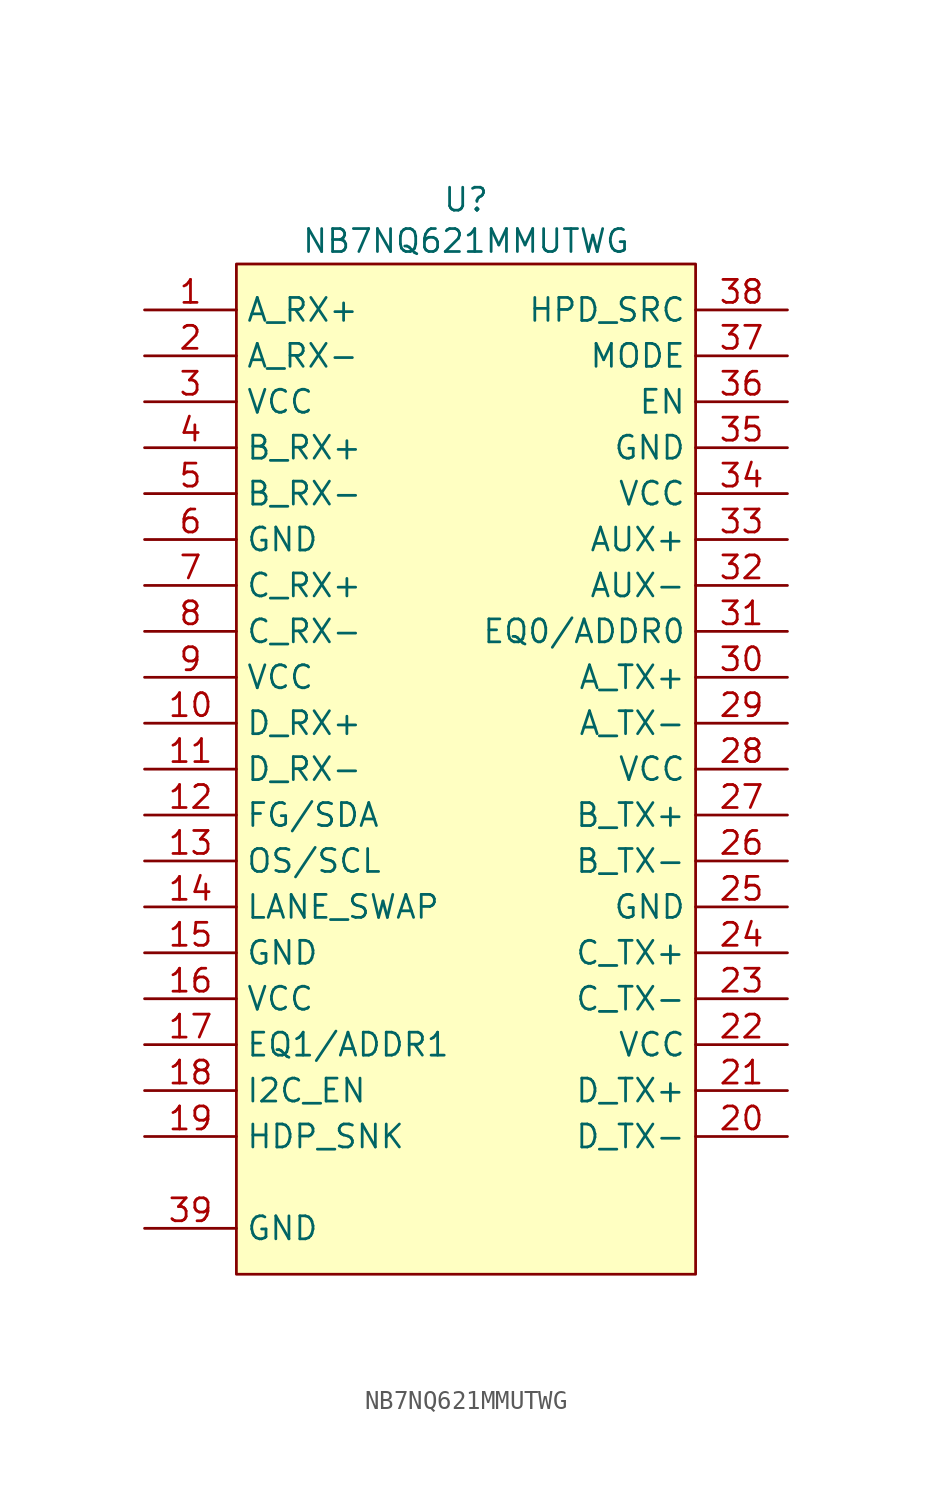
<source format=kicad_sym>
(kicad_symbol_lib
  (version 20241209)
  (generator "kicad_symbol_editor")
  (generator_version "9.0")
  (symbol "NB7NQ621MMUTWG"
    (property "Reference" "U"
      (at 0 31.496 0)
      (effects (font (size 1.27 1.27))))
    (property "Value" "NB7NQ621MMUTWG"
      (at 0 29.21 0)
      (effects (font (size 1.27 1.27))))
    (symbol "NB7NQ621MMUTWG_0_0"
      (pin input line (at -17.78 25.4 0) (length 5.08) (name "A_RX+" (effects (font (size 1.27 1.27)))) (number "1" (effects (font (size 1.27 1.27)))))
      (pin input line (at -17.78 22.86 0) (length 5.08) (name "A_RX-" (effects (font (size 1.27 1.27)))) (number "2" (effects (font (size 1.27 1.27)))))
      (pin power_in line (at -17.78 20.32 0) (length 5.08) (name "VCC" (effects (font (size 1.27 1.27)))) (number "3" (effects (font (size 1.27 1.27)))))
      (pin input line (at -17.78 17.78 0) (length 5.08) (name "B_RX+" (effects (font (size 1.27 1.27)))) (number "4" (effects (font (size 1.27 1.27)))))
      (pin input line (at -17.78 15.24 0) (length 5.08) (name "B_RX-" (effects (font (size 1.27 1.27)))) (number "5" (effects (font (size 1.27 1.27)))))
      (pin power_in line (at -17.78 12.7 0) (length 5.08) (name "GND" (effects (font (size 1.27 1.27)))) (number "6" (effects (font (size 1.27 1.27)))))
      (pin input line (at -17.78 10.16 0) (length 5.08) (name "C_RX+" (effects (font (size 1.27 1.27)))) (number "7" (effects (font (size 1.27 1.27)))))
      (pin input line (at -17.78 7.62 0) (length 5.08) (name "C_RX-" (effects (font (size 1.27 1.27)))) (number "8" (effects (font (size 1.27 1.27)))))
      (pin power_in line (at -17.78 5.08 0) (length 5.08) (name "VCC" (effects (font (size 1.27 1.27)))) (number "9" (effects (font (size 1.27 1.27)))))
      (pin input line (at -17.78 2.54 0) (length 5.08) (name "D_RX+" (effects (font (size 1.27 1.27)))) (number "10" (effects (font (size 1.27 1.27)))))
      (pin input line (at -17.78 0 0) (length 5.08) (name "D_RX-" (effects (font (size 1.27 1.27)))) (number "11" (effects (font (size 1.27 1.27)))))
      (pin input line (at -17.78 -2.54 0) (length 5.08) (name "FG/SDA" (effects (font (size 1.27 1.27)))) (number "12" (effects (font (size 1.27 1.27)))))
      (pin input line (at -17.78 -5.08 0) (length 5.08) (name "OS/SCL" (effects (font (size 1.27 1.27)))) (number "13" (effects (font (size 1.27 1.27)))))
      (pin input line (at -17.78 -7.62 0) (length 5.08) (name "LANE_SWAP" (effects (font (size 1.27 1.27)))) (number "14" (effects (font (size 1.27 1.27)))))
      (pin power_in line (at -17.78 -10.16 0) (length 5.08) (name "GND" (effects (font (size 1.27 1.27)))) (number "15" (effects (font (size 1.27 1.27)))))
      (pin power_in line (at -17.78 -12.7 0) (length 5.08) (name "VCC" (effects (font (size 1.27 1.27)))) (number "16" (effects (font (size 1.27 1.27)))))
      (pin input line (at -17.78 -15.24 0) (length 5.08) (name "EQ1/ADDR1" (effects (font (size 1.27 1.27)))) (number "17" (effects (font (size 1.27 1.27)))))
      (pin input line (at -17.78 -17.78 0) (length 5.08) (name "I2C_EN" (effects (font (size 1.27 1.27)))) (number "18" (effects (font (size 1.27 1.27)))))
      (pin input line (at -17.78 -20.32 0) (length 5.08) (name "HDP_SNK" (effects (font (size 1.27 1.27)))) (number "19" (effects (font (size 1.27 1.27)))))
      (pin power_in line (at -17.78 -25.4 0) (length 5.08) (name "GND" (effects (font (size 1.27 1.27)))) (number "39" (effects (font (size 1.27 1.27)))))
      (pin output line (at 17.78 25.4 180) (length 5.08) (name "HPD_SRC" (effects (font (size 1.27 1.27)))) (number "38" (effects (font (size 1.27 1.27)))))
      (pin input line (at 17.78 22.86 180) (length 5.08) (name "MODE" (effects (font (size 1.27 1.27)))) (number "37" (effects (font (size 1.27 1.27)))))
      (pin input line (at 17.78 20.32 180) (length 5.08) (name "EN" (effects (font (size 1.27 1.27)))) (number "36" (effects (font (size 1.27 1.27)))))
      (pin power_in line (at 17.78 17.78 180) (length 5.08) (name "GND" (effects (font (size 1.27 1.27)))) (number "35" (effects (font (size 1.27 1.27)))))
      (pin power_in line (at 17.78 15.24 180) (length 5.08) (name "VCC" (effects (font (size 1.27 1.27)))) (number "34" (effects (font (size 1.27 1.27)))))
      (pin input line (at 17.78 12.7 180) (length 5.08) (name "AUX+" (effects (font (size 1.27 1.27)))) (number "33" (effects (font (size 1.27 1.27)))))
      (pin input line (at 17.78 10.16 180) (length 5.08) (name "AUX-" (effects (font (size 1.27 1.27)))) (number "32" (effects (font (size 1.27 1.27)))))
      (pin input line (at 17.78 7.62 180) (length 5.08) (name "EQ0/ADDR0" (effects (font (size 1.27 1.27)))) (number "31" (effects (font (size 1.27 1.27)))))
      (pin output line (at 17.78 5.08 180) (length 5.08) (name "A_TX+" (effects (font (size 1.27 1.27)))) (number "30" (effects (font (size 1.27 1.27)))))
      (pin output line (at 17.78 2.54 180) (length 5.08) (name "A_TX-" (effects (font (size 1.27 1.27)))) (number "29" (effects (font (size 1.27 1.27)))))
      (pin input line (at 17.78 0 180) (length 5.08) (name "VCC" (effects (font (size 1.27 1.27)))) (number "28" (effects (font (size 1.27 1.27)))))
      (pin output line (at 17.78 -2.54 180) (length 5.08) (name "B_TX+" (effects (font (size 1.27 1.27)))) (number "27" (effects (font (size 1.27 1.27)))))
      (pin output line (at 17.78 -5.08 180) (length 5.08) (name "B_TX-" (effects (font (size 1.27 1.27)))) (number "26" (effects (font (size 1.27 1.27)))))
      (pin power_in line (at 17.78 -7.62 180) (length 5.08) (name "GND" (effects (font (size 1.27 1.27)))) (number "25" (effects (font (size 1.27 1.27)))))
      (pin output line (at 17.78 -10.16 180) (length 5.08) (name "C_TX+" (effects (font (size 1.27 1.27)))) (number "24" (effects (font (size 1.27 1.27)))))
      (pin output line (at 17.78 -12.7 180) (length 5.08) (name "C_TX-" (effects (font (size 1.27 1.27)))) (number "23" (effects (font (size 1.27 1.27)))))
      (pin power_in line (at 17.78 -15.24 180) (length 5.08) (name "VCC" (effects (font (size 1.27 1.27)))) (number "22" (effects (font (size 1.27 1.27)))))
      (pin output line (at 17.78 -17.78 180) (length 5.08) (name "D_TX+" (effects (font (size 1.27 1.27)))) (number "21" (effects (font (size 1.27 1.27)))))
      (pin output line (at 17.78 -20.32 180) (length 5.08) (name "D_TX-" (effects (font (size 1.27 1.27)))) (number "20" (effects (font (size 1.27 1.27))))))
    (symbol "NB7NQ621MMUTWG_1_1"
      (rectangle (start -12.7 27.94) (end 12.7 -27.94) (stroke (width 0) (type default)) (fill (type background))))))
</source>
